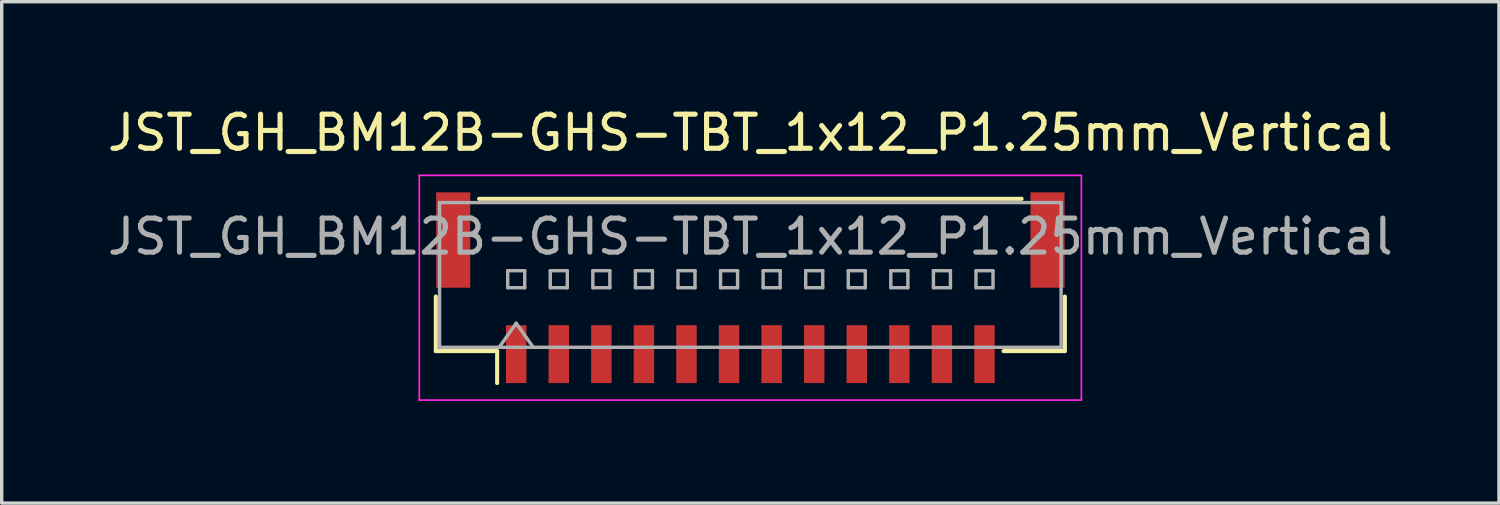
<source format=kicad_pcb>
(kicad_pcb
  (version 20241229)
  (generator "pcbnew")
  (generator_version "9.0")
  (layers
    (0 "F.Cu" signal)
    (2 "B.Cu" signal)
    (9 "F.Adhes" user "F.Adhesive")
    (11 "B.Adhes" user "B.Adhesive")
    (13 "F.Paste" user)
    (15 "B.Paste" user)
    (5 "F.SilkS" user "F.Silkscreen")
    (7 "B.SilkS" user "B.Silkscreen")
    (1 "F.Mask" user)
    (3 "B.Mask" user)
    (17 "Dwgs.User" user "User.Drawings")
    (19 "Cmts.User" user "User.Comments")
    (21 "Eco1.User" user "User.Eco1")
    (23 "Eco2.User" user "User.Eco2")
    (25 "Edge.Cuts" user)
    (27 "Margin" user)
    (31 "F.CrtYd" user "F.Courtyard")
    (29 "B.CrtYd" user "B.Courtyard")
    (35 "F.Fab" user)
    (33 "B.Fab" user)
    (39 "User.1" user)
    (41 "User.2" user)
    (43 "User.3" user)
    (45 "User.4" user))
  (footprint "JST_GH_BM12B-GHS-TBT_1x12_P1.25mm_Vertical"
    (layer "F.Cu")
    (at 18.982 5.398)
    (property "Reference" "JST_GH_BM12B-GHS-TBT_1x12_P1.25mm_Vertical" (at 0 -4.55 0) (layer "F.SilkS") (effects (font (size 1 1) (thickness 0.15))))
    (attr smd)
    (fp_line (start -9.235 0.26) (end -9.235 1.86) (stroke (width 0.12) (type solid)) (layer "F.SilkS"))
    (fp_line (start -9.235 1.86) (end -7.435 1.86) (stroke (width 0.12) (type solid)) (layer "F.SilkS"))
    (fp_line (start -7.965 -2.61) (end 7.965 -2.61) (stroke (width 0.12) (type solid)) (layer "F.SilkS"))
    (fp_line (start -7.435 1.86) (end -7.435 2.8) (stroke (width 0.12) (type solid)) (layer "F.SilkS"))
    (fp_line (start 9.235 0.26) (end 9.235 1.86) (stroke (width 0.12) (type solid)) (layer "F.SilkS"))
    (fp_line (start 9.235 1.86) (end 7.435 1.86) (stroke (width 0.12) (type solid)) (layer "F.SilkS"))
    (fp_line (start -9.72 -3.3) (end -9.72 3.3) (stroke (width 0.05) (type solid)) (layer "F.CrtYd"))
    (fp_line (start -9.72 3.3) (end 9.72 3.3) (stroke (width 0.05) (type solid)) (layer "F.CrtYd"))
    (fp_line (start 9.72 -3.3) (end -9.72 -3.3) (stroke (width 0.05) (type solid)) (layer "F.CrtYd"))
    (fp_line (start 9.72 3.3) (end 9.72 -3.3) (stroke (width 0.05) (type solid)) (layer "F.CrtYd"))
    (fp_line (start -9.125 -2.5) (end 9.125 -2.5) (stroke (width 0.1) (type solid)) (layer "F.Fab"))
    (fp_line (start -9.125 1.75) (end -9.125 -2.5) (stroke (width 0.1) (type solid)) (layer "F.Fab"))
    (fp_line (start -9.125 1.75) (end 9.125 1.75) (stroke (width 0.1) (type solid)) (layer "F.Fab"))
    (fp_line (start -7.375 1.75) (end -6.875 1.043) (stroke (width 0.1) (type solid)) (layer "F.Fab"))
    (fp_line (start -7.125 -0.5) (end -7.125 0) (stroke (width 0.1) (type solid)) (layer "F.Fab"))
    (fp_line (start -7.125 0) (end -6.625 0) (stroke (width 0.1) (type solid)) (layer "F.Fab"))
    (fp_line (start -6.875 1.043) (end -6.375 1.75) (stroke (width 0.1) (type solid)) (layer "F.Fab"))
    (fp_line (start -6.625 -0.5) (end -7.125 -0.5) (stroke (width 0.1) (type solid)) (layer "F.Fab"))
    (fp_line (start -6.625 0) (end -6.625 -0.5) (stroke (width 0.1) (type solid)) (layer "F.Fab"))
    (fp_line (start -5.875 -0.5) (end -5.875 0) (stroke (width 0.1) (type solid)) (layer "F.Fab"))
    (fp_line (start -5.875 0) (end -5.375 0) (stroke (width 0.1) (type solid)) (layer "F.Fab"))
    (fp_line (start -5.375 -0.5) (end -5.875 -0.5) (stroke (width 0.1) (type solid)) (layer "F.Fab"))
    (fp_line (start -5.375 0) (end -5.375 -0.5) (stroke (width 0.1) (type solid)) (layer "F.Fab"))
    (fp_line (start -4.625 -0.5) (end -4.625 0) (stroke (width 0.1) (type solid)) (layer "F.Fab"))
    (fp_line (start -4.625 0) (end -4.125 0) (stroke (width 0.1) (type solid)) (layer "F.Fab"))
    (fp_line (start -4.125 -0.5) (end -4.625 -0.5) (stroke (width 0.1) (type solid)) (layer "F.Fab"))
    (fp_line (start -4.125 0) (end -4.125 -0.5) (stroke (width 0.1) (type solid)) (layer "F.Fab"))
    (fp_line (start -3.375 -0.5) (end -3.375 0) (stroke (width 0.1) (type solid)) (layer "F.Fab"))
    (fp_line (start -3.375 0) (end -2.875 0) (stroke (width 0.1) (type solid)) (layer "F.Fab"))
    (fp_line (start -2.875 -0.5) (end -3.375 -0.5) (stroke (width 0.1) (type solid)) (layer "F.Fab"))
    (fp_line (start -2.875 0) (end -2.875 -0.5) (stroke (width 0.1) (type solid)) (layer "F.Fab"))
    (fp_line (start -2.125 -0.5) (end -2.125 0) (stroke (width 0.1) (type solid)) (layer "F.Fab"))
    (fp_line (start -2.125 0) (end -1.625 0) (stroke (width 0.1) (type solid)) (layer "F.Fab"))
    (fp_line (start -1.625 -0.5) (end -2.125 -0.5) (stroke (width 0.1) (type solid)) (layer "F.Fab"))
    (fp_line (start -1.625 0) (end -1.625 -0.5) (stroke (width 0.1) (type solid)) (layer "F.Fab"))
    (fp_line (start -0.875 -0.5) (end -0.875 0) (stroke (width 0.1) (type solid)) (layer "F.Fab"))
    (fp_line (start -0.875 0) (end -0.375 0) (stroke (width 0.1) (type solid)) (layer "F.Fab"))
    (fp_line (start -0.375 -0.5) (end -0.875 -0.5) (stroke (width 0.1) (type solid)) (layer "F.Fab"))
    (fp_line (start -0.375 0) (end -0.375 -0.5) (stroke (width 0.1) (type solid)) (layer "F.Fab"))
    (fp_line (start 0.375 -0.5) (end 0.375 0) (stroke (width 0.1) (type solid)) (layer "F.Fab"))
    (fp_line (start 0.375 0) (end 0.875 0) (stroke (width 0.1) (type solid)) (layer "F.Fab"))
    (fp_line (start 0.875 -0.5) (end 0.375 -0.5) (stroke (width 0.1) (type solid)) (layer "F.Fab"))
    (fp_line (start 0.875 0) (end 0.875 -0.5) (stroke (width 0.1) (type solid)) (layer "F.Fab"))
    (fp_line (start 1.625 -0.5) (end 1.625 0) (stroke (width 0.1) (type solid)) (layer "F.Fab"))
    (fp_line (start 1.625 0) (end 2.125 0) (stroke (width 0.1) (type solid)) (layer "F.Fab"))
    (fp_line (start 2.125 -0.5) (end 1.625 -0.5) (stroke (width 0.1) (type solid)) (layer "F.Fab"))
    (fp_line (start 2.125 0) (end 2.125 -0.5) (stroke (width 0.1) (type solid)) (layer "F.Fab"))
    (fp_line (start 2.875 -0.5) (end 2.875 0) (stroke (width 0.1) (type solid)) (layer "F.Fab"))
    (fp_line (start 2.875 0) (end 3.375 0) (stroke (width 0.1) (type solid)) (layer "F.Fab"))
    (fp_line (start 3.375 -0.5) (end 2.875 -0.5) (stroke (width 0.1) (type solid)) (layer "F.Fab"))
    (fp_line (start 3.375 0) (end 3.375 -0.5) (stroke (width 0.1) (type solid)) (layer "F.Fab"))
    (fp_line (start 4.125 -0.5) (end 4.125 0) (stroke (width 0.1) (type solid)) (layer "F.Fab"))
    (fp_line (start 4.125 0) (end 4.625 0) (stroke (width 0.1) (type solid)) (layer "F.Fab"))
    (fp_line (start 4.625 -0.5) (end 4.125 -0.5) (stroke (width 0.1) (type solid)) (layer "F.Fab"))
    (fp_line (start 4.625 0) (end 4.625 -0.5) (stroke (width 0.1) (type solid)) (layer "F.Fab"))
    (fp_line (start 5.375 -0.5) (end 5.375 0) (stroke (width 0.1) (type solid)) (layer "F.Fab"))
    (fp_line (start 5.375 0) (end 5.875 0) (stroke (width 0.1) (type solid)) (layer "F.Fab"))
    (fp_line (start 5.875 -0.5) (end 5.375 -0.5) (stroke (width 0.1) (type solid)) (layer "F.Fab"))
    (fp_line (start 5.875 0) (end 5.875 -0.5) (stroke (width 0.1) (type solid)) (layer "F.Fab"))
    (fp_line (start 6.625 -0.5) (end 6.625 0) (stroke (width 0.1) (type solid)) (layer "F.Fab"))
    (fp_line (start 6.625 0) (end 7.125 0) (stroke (width 0.1) (type solid)) (layer "F.Fab"))
    (fp_line (start 7.125 -0.5) (end 6.625 -0.5) (stroke (width 0.1) (type solid)) (layer "F.Fab"))
    (fp_line (start 7.125 0) (end 7.125 -0.5) (stroke (width 0.1) (type solid)) (layer "F.Fab"))
    (fp_line (start 9.125 1.75) (end 9.125 -2.5) (stroke (width 0.1) (type solid)) (layer "F.Fab"))
    (fp_text user "${REFERENCE}" (at 0 -1.5 0) (layer "F.Fab") (effects (font (size 1 1) (thickness 0.15))))
    (pad "" smd rect (at -8.725 -1.4) (size 1 2.8) (layers "F.Cu" "F.Mask" "F.Paste"))
    (pad "" smd rect (at 8.725 -1.4) (size 1 2.8) (layers "F.Cu" "F.Mask" "F.Paste"))
    (pad "1" smd rect (at -6.875 1.95) (size 0.6 1.7) (layers "F.Cu" "F.Mask" "F.Paste"))
    (pad "2" smd rect (at -5.625 1.95) (size 0.6 1.7) (layers "F.Cu" "F.Mask" "F.Paste"))
    (pad "3" smd rect (at -4.375 1.95) (size 0.6 1.7) (layers "F.Cu" "F.Mask" "F.Paste"))
    (pad "4" smd rect (at -3.125 1.95) (size 0.6 1.7) (layers "F.Cu" "F.Mask" "F.Paste"))
    (pad "5" smd rect (at -1.875 1.95) (size 0.6 1.7) (layers "F.Cu" "F.Mask" "F.Paste"))
    (pad "6" smd rect (at -0.625 1.95) (size 0.6 1.7) (layers "F.Cu" "F.Mask" "F.Paste"))
    (pad "7" smd rect (at 0.625 1.95) (size 0.6 1.7) (layers "F.Cu" "F.Mask" "F.Paste"))
    (pad "8" smd rect (at 1.875 1.95) (size 0.6 1.7) (layers "F.Cu" "F.Mask" "F.Paste"))
    (pad "9" smd rect (at 3.125 1.95) (size 0.6 1.7) (layers "F.Cu" "F.Mask" "F.Paste"))
    (pad "10" smd rect (at 4.375 1.95) (size 0.6 1.7) (layers "F.Cu" "F.Mask" "F.Paste"))
    (pad "11" smd rect (at 5.625 1.95) (size 0.6 1.7) (layers "F.Cu" "F.Mask" "F.Paste"))
    (pad "12" smd rect (at 6.875 1.95) (size 0.6 1.7) (layers "F.Cu" "F.Mask" "F.Paste")))
  (gr_rect
    (start -3 -3)
    (end 40.964 11.723)
    (stroke (width 0.1) (type default))
    (fill no)
    (layer "Edge.Cuts")))
</source>
